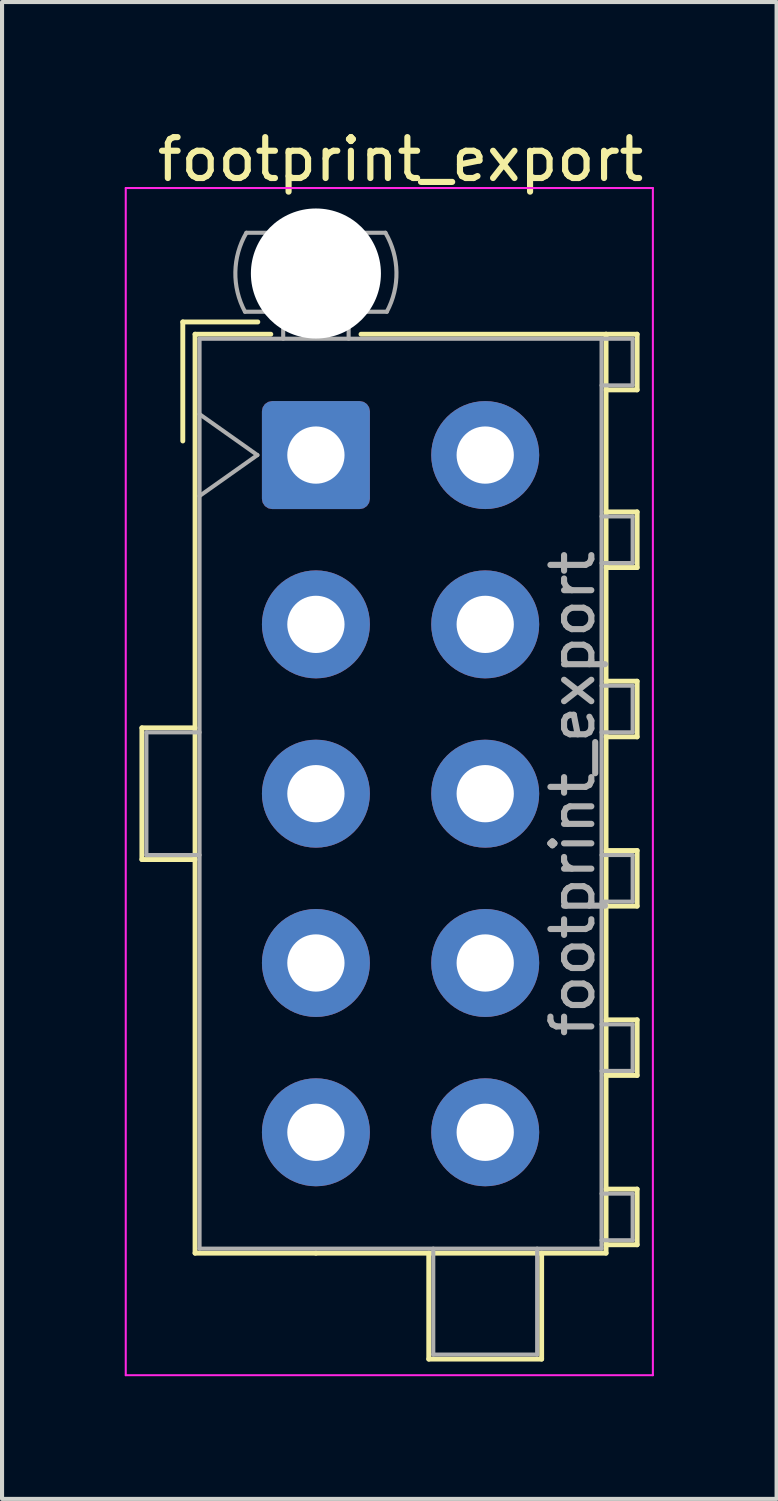
<source format=kicad_pcb>
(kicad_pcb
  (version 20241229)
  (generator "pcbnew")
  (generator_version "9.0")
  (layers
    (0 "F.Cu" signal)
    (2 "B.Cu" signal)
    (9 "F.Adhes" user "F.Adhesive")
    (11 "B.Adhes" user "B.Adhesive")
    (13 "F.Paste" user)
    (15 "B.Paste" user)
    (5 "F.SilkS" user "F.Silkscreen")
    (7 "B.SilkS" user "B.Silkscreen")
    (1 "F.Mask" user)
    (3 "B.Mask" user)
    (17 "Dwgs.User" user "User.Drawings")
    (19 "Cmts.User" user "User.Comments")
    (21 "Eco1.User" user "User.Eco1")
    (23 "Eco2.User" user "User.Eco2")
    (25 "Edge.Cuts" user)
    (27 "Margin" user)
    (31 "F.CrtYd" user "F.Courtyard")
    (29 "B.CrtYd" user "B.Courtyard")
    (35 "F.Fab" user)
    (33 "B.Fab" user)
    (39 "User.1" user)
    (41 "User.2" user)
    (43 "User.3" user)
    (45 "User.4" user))
  (footprint "footprint_export"
    (layer "F.Cu")
    (at 4.675 8.078)
    (property "Reference" "footprint_export" (at 2.07 -7.23 0) (layer "F.SilkS") (effects (font (size 1 1) (thickness 0.15))))
    (attr through_hole)
    (fp_line (start -4.255 6.67) (end -4.255 9.89) (stroke (width 0.12) (type solid)) (layer "F.SilkS"))
    (fp_line (start -4.255 9.89) (end -2.955 9.89) (stroke (width 0.12) (type solid)) (layer "F.SilkS"))
    (fp_line (start -3.255 -3.255) (end -3.255 -0.345) (stroke (width 0.12) (type solid)) (layer "F.SilkS"))
    (fp_line (start -2.955 -2.955) (end -2.955 19.515) (stroke (width 0.12) (type solid)) (layer "F.SilkS"))
    (fp_line (start -2.955 6.67) (end -4.255 6.67) (stroke (width 0.12) (type solid)) (layer "F.SilkS"))
    (fp_line (start -2.955 19.515) (end 0 19.515) (stroke (width 0.12) (type solid)) (layer "F.SilkS"))
    (fp_line (start -1.421 -3.255) (end -3.255 -3.255) (stroke (width 0.12) (type solid)) (layer "F.SilkS"))
    (fp_line (start -1.103 -2.955) (end -2.955 -2.955) (stroke (width 0.12) (type solid)) (layer "F.SilkS"))
    (fp_line (start 1.103 -2.955) (end 7.095 -2.955) (stroke (width 0.12) (type solid)) (layer "F.SilkS"))
    (fp_line (start 2.76 19.515) (end 2.76 22.106) (stroke (width 0.12) (type solid)) (layer "F.SilkS"))
    (fp_line (start 2.76 22.106) (end 5.52 22.106) (stroke (width 0.12) (type solid)) (layer "F.SilkS"))
    (fp_line (start 5.52 22.106) (end 5.52 19.515) (stroke (width 0.12) (type solid)) (layer "F.SilkS"))
    (fp_line (start 7.095 -2.955) (end 7.095 19.515) (stroke (width 0.12) (type solid)) (layer "F.SilkS"))
    (fp_line (start 7.095 -2.955) (end 7.855 -2.955) (stroke (width 0.12) (type solid)) (layer "F.SilkS"))
    (fp_line (start 7.095 1.39) (end 7.855 1.39) (stroke (width 0.12) (type solid)) (layer "F.SilkS"))
    (fp_line (start 7.095 5.53) (end 7.855 5.53) (stroke (width 0.12) (type solid)) (layer "F.SilkS"))
    (fp_line (start 7.095 9.67) (end 7.855 9.67) (stroke (width 0.12) (type solid)) (layer "F.SilkS"))
    (fp_line (start 7.095 13.81) (end 7.855 13.81) (stroke (width 0.12) (type solid)) (layer "F.SilkS"))
    (fp_line (start 7.095 17.95) (end 7.855 17.95) (stroke (width 0.12) (type solid)) (layer "F.SilkS"))
    (fp_line (start 7.095 19.515) (end 0 19.515) (stroke (width 0.12) (type solid)) (layer "F.SilkS"))
    (fp_line (start 7.855 -2.955) (end 7.855 -1.595) (stroke (width 0.12) (type solid)) (layer "F.SilkS"))
    (fp_line (start 7.855 -1.595) (end 7.095 -1.595) (stroke (width 0.12) (type solid)) (layer "F.SilkS"))
    (fp_line (start 7.855 1.39) (end 7.855 2.75) (stroke (width 0.12) (type solid)) (layer "F.SilkS"))
    (fp_line (start 7.855 2.75) (end 7.095 2.75) (stroke (width 0.12) (type solid)) (layer "F.SilkS"))
    (fp_line (start 7.855 5.53) (end 7.855 6.89) (stroke (width 0.12) (type solid)) (layer "F.SilkS"))
    (fp_line (start 7.855 6.89) (end 7.095 6.89) (stroke (width 0.12) (type solid)) (layer "F.SilkS"))
    (fp_line (start 7.855 9.67) (end 7.855 11.03) (stroke (width 0.12) (type solid)) (layer "F.SilkS"))
    (fp_line (start 7.855 11.03) (end 7.095 11.03) (stroke (width 0.12) (type solid)) (layer "F.SilkS"))
    (fp_line (start 7.855 13.81) (end 7.855 15.17) (stroke (width 0.12) (type solid)) (layer "F.SilkS"))
    (fp_line (start 7.855 15.17) (end 7.095 15.17) (stroke (width 0.12) (type solid)) (layer "F.SilkS"))
    (fp_line (start 7.855 17.95) (end 7.855 19.31) (stroke (width 0.12) (type solid)) (layer "F.SilkS"))
    (fp_line (start 7.855 19.31) (end 7.095 19.31) (stroke (width 0.12) (type solid)) (layer "F.SilkS"))
    (fp_line (start -4.65 -6.53) (end -4.65 22.5) (stroke (width 0.05) (type solid)) (layer "F.CrtYd"))
    (fp_line (start -4.65 22.5) (end 8.24 22.5) (stroke (width 0.05) (type solid)) (layer "F.CrtYd"))
    (fp_line (start 8.24 -6.53) (end -4.65 -6.53) (stroke (width 0.05) (type solid)) (layer "F.CrtYd"))
    (fp_line (start 8.24 22.5) (end 8.24 -6.53) (stroke (width 0.05) (type solid)) (layer "F.CrtYd"))
    (fp_line (start -4.145 6.78) (end -4.145 9.78) (stroke (width 0.1) (type solid)) (layer "F.Fab"))
    (fp_line (start -4.145 9.78) (end -2.845 9.78) (stroke (width 0.1) (type solid)) (layer "F.Fab"))
    (fp_line (start -2.845 -2.845) (end -2.845 19.405) (stroke (width 0.1) (type solid)) (layer "F.Fab"))
    (fp_line (start -2.845 -1) (end -1.431 0) (stroke (width 0.1) (type solid)) (layer "F.Fab"))
    (fp_line (start -2.845 6.78) (end -4.145 6.78) (stroke (width 0.1) (type solid)) (layer "F.Fab"))
    (fp_line (start -2.845 19.405) (end 6.985 19.405) (stroke (width 0.1) (type solid)) (layer "F.Fab"))
    (fp_line (start -1.431 0) (end -2.845 1) (stroke (width 0.1) (type solid)) (layer "F.Fab"))
    (fp_line (start -0.8 -2.845) (end -0.8 -3.505) (stroke (width 0.1) (type solid)) (layer "F.Fab"))
    (fp_line (start 0.8 -2.845) (end 0.8 -3.505) (stroke (width 0.1) (type solid)) (layer "F.Fab"))
    (fp_line (start 1.7 -5.436) (end -1.7 -5.436) (stroke (width 0.1) (type solid)) (layer "F.Fab"))
    (fp_line (start 1.734 -3.505) (end -1.734 -3.505) (stroke (width 0.1) (type solid)) (layer "F.Fab"))
    (fp_line (start 2.87 19.405) (end 2.87 21.996) (stroke (width 0.1) (type solid)) (layer "F.Fab"))
    (fp_line (start 2.87 21.996) (end 5.41 21.996) (stroke (width 0.1) (type solid)) (layer "F.Fab"))
    (fp_line (start 5.41 21.996) (end 5.41 19.405) (stroke (width 0.1) (type solid)) (layer "F.Fab"))
    (fp_line (start 6.985 -2.845) (end -2.845 -2.845) (stroke (width 0.1) (type solid)) (layer "F.Fab"))
    (fp_line (start 6.985 -2.845) (end 7.745 -2.845) (stroke (width 0.1) (type solid)) (layer "F.Fab"))
    (fp_line (start 6.985 1.5) (end 7.745 1.5) (stroke (width 0.1) (type solid)) (layer "F.Fab"))
    (fp_line (start 6.985 5.64) (end 7.745 5.64) (stroke (width 0.1) (type solid)) (layer "F.Fab"))
    (fp_line (start 6.985 9.78) (end 7.745 9.78) (stroke (width 0.1) (type solid)) (layer "F.Fab"))
    (fp_line (start 6.985 13.92) (end 7.745 13.92) (stroke (width 0.1) (type solid)) (layer "F.Fab"))
    (fp_line (start 6.985 18.06) (end 7.745 18.06) (stroke (width 0.1) (type solid)) (layer "F.Fab"))
    (fp_line (start 6.985 19.405) (end 6.985 -2.845) (stroke (width 0.1) (type solid)) (layer "F.Fab"))
    (fp_line (start 7.745 -2.845) (end 7.745 -1.705) (stroke (width 0.1) (type solid)) (layer "F.Fab"))
    (fp_line (start 7.745 -1.705) (end 6.985 -1.705) (stroke (width 0.1) (type solid)) (layer "F.Fab"))
    (fp_line (start 7.745 1.5) (end 7.745 2.64) (stroke (width 0.1) (type solid)) (layer "F.Fab"))
    (fp_line (start 7.745 2.64) (end 6.985 2.64) (stroke (width 0.1) (type solid)) (layer "F.Fab"))
    (fp_line (start 7.745 5.64) (end 7.745 6.78) (stroke (width 0.1) (type solid)) (layer "F.Fab"))
    (fp_line (start 7.745 6.78) (end 6.985 6.78) (stroke (width 0.1) (type solid)) (layer "F.Fab"))
    (fp_line (start 7.745 9.78) (end 7.745 10.92) (stroke (width 0.1) (type solid)) (layer "F.Fab"))
    (fp_line (start 7.745 10.92) (end 6.985 10.92) (stroke (width 0.1) (type solid)) (layer "F.Fab"))
    (fp_line (start 7.745 13.92) (end 7.745 15.06) (stroke (width 0.1) (type solid)) (layer "F.Fab"))
    (fp_line (start 7.745 15.06) (end 6.985 15.06) (stroke (width 0.1) (type solid)) (layer "F.Fab"))
    (fp_line (start 7.745 18.06) (end 7.745 19.2) (stroke (width 0.1) (type solid)) (layer "F.Fab"))
    (fp_line (start 7.745 19.2) (end 6.985 19.2) (stroke (width 0.1) (type solid)) (layer "F.Fab"))
    (fp_arc (start -1.733977 -3.505) (mid -1.96969 -4.474992) (end -1.699672 -5.436) (stroke (width 0.1) (type solid)) (layer "F.Fab"))
    (fp_arc (start 1.699672 -5.436) (mid 1.969689 -4.474992) (end 1.733977 -3.505) (stroke (width 0.1) (type solid)) (layer "F.Fab"))
    (fp_text user "${REFERENCE}" (at 6.28 8.28 90) (layer "F.Fab") (effects (font (size 1 1) (thickness 0.15))))
    (pad "" np_thru_hole circle (at 0 -4.44) (size 3.18 3.18) (drill 3.18) (layers "*.Cu" "*.Mask"))
    (pad "1" thru_hole roundrect (at 0 0) (size 2.64 2.64) (drill 1.4) (layers "*.Cu" "*.Mask") (roundrect_rratio 0.095))
    (pad "2" thru_hole circle (at 0 4.14) (size 2.64 2.64) (drill 1.4) (layers "*.Cu" "*.Mask"))
    (pad "3" thru_hole circle (at 0 8.28) (size 2.64 2.64) (drill 1.4) (layers "*.Cu" "*.Mask"))
    (pad "4" thru_hole circle (at 0 12.42) (size 2.64 2.64) (drill 1.4) (layers "*.Cu" "*.Mask"))
    (pad "5" thru_hole circle (at 0 16.56) (size 2.64 2.64) (drill 1.4) (layers "*.Cu" "*.Mask"))
    (pad "6" thru_hole circle (at 4.14 0) (size 2.64 2.64) (drill 1.4) (layers "*.Cu" "*.Mask"))
    (pad "7" thru_hole circle (at 4.14 4.14) (size 2.64 2.64) (drill 1.4) (layers "*.Cu" "*.Mask"))
    (pad "8" thru_hole circle (at 4.14 8.28) (size 2.64 2.64) (drill 1.4) (layers "*.Cu" "*.Mask"))
    (pad "9" thru_hole circle (at 4.14 12.42) (size 2.64 2.64) (drill 1.4) (layers "*.Cu" "*.Mask"))
    (pad "10" thru_hole circle (at 4.14 16.56) (size 2.64 2.64) (drill 1.4) (layers "*.Cu" "*.Mask")))
  (gr_rect
    (start -3 -3)
    (end 15.94 33.603)
    (stroke (width 0.1) (type default))
    (fill no)
    (layer "Edge.Cuts")))
</source>
